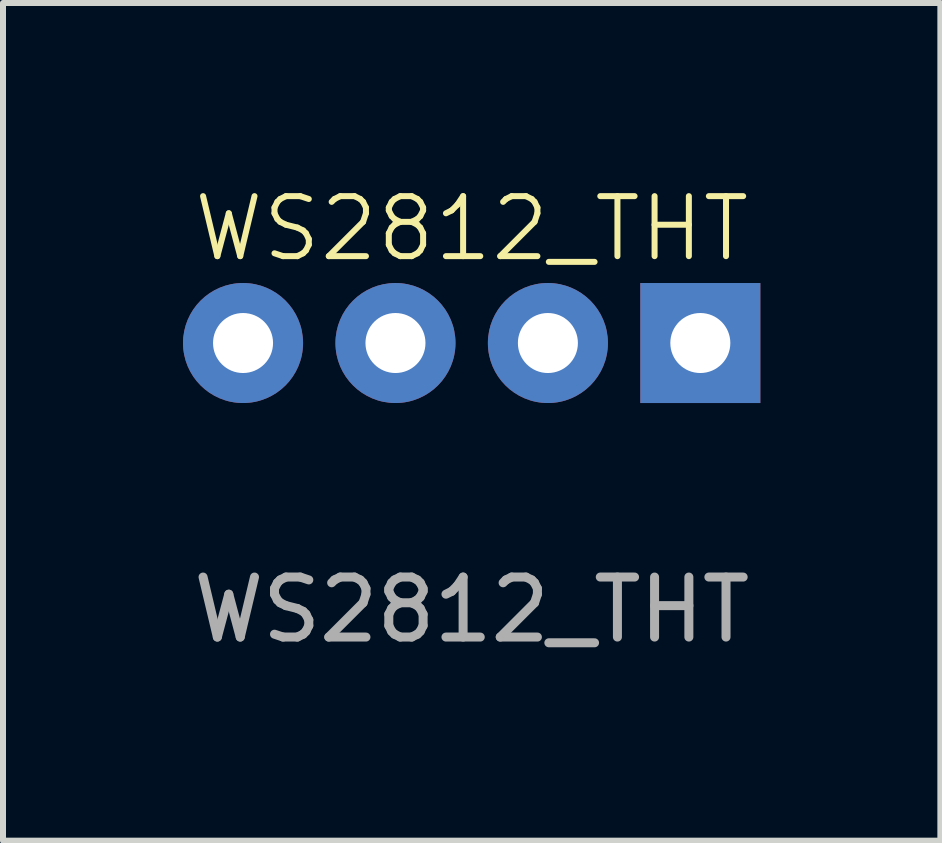
<source format=kicad_pcb>
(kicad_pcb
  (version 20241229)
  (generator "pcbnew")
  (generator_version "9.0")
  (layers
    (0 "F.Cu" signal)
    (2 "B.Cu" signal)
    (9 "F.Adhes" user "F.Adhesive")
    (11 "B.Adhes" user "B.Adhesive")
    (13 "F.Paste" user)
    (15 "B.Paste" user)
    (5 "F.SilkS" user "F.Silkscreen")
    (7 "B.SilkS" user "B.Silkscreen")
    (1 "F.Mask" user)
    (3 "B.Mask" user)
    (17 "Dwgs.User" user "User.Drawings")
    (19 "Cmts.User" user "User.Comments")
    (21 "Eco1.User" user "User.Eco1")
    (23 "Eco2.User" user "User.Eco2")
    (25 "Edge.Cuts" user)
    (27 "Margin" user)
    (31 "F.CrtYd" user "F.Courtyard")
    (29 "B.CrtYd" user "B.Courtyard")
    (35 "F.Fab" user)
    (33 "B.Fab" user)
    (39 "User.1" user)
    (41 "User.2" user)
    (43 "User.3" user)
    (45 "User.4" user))
  (footprint "WS2812_THT"
    (layer "F.Cu")
    (at 4.81 2.666)
    (property "Reference" "WS2812_THT" (at 0 -1.905 0) (unlocked yes) (layer "F.SilkS") (effects (font (size 1 1) (thickness 0.1))))
    (attr smd)
    (fp_text user "${REFERENCE}" (at 0 4.445 0) (unlocked yes) (layer "F.Fab") (effects (font (size 1 1) (thickness 0.15))))
    (pad "1" thru_hole rect (at 3.81 0) (size 2 2) (drill 1) (layers "*.Cu" "*.Mask"))
    (pad "2" thru_hole circle (at 1.27 0) (size 2 2) (drill 1) (layers "*.Cu" "*.Mask"))
    (pad "3" thru_hole circle (at -1.27 0) (size 2 2) (drill 1) (layers "*.Cu" "*.Mask"))
    (pad "4" thru_hole circle (at -3.81 0) (size 2 2) (drill 1) (layers "*.Cu" "*.Mask")))
  (gr_rect
    (start -3 -3)
    (end 12.62 10.959)
    (stroke (width 0.1) (type default))
    (fill no)
    (layer "Edge.Cuts")))
</source>
